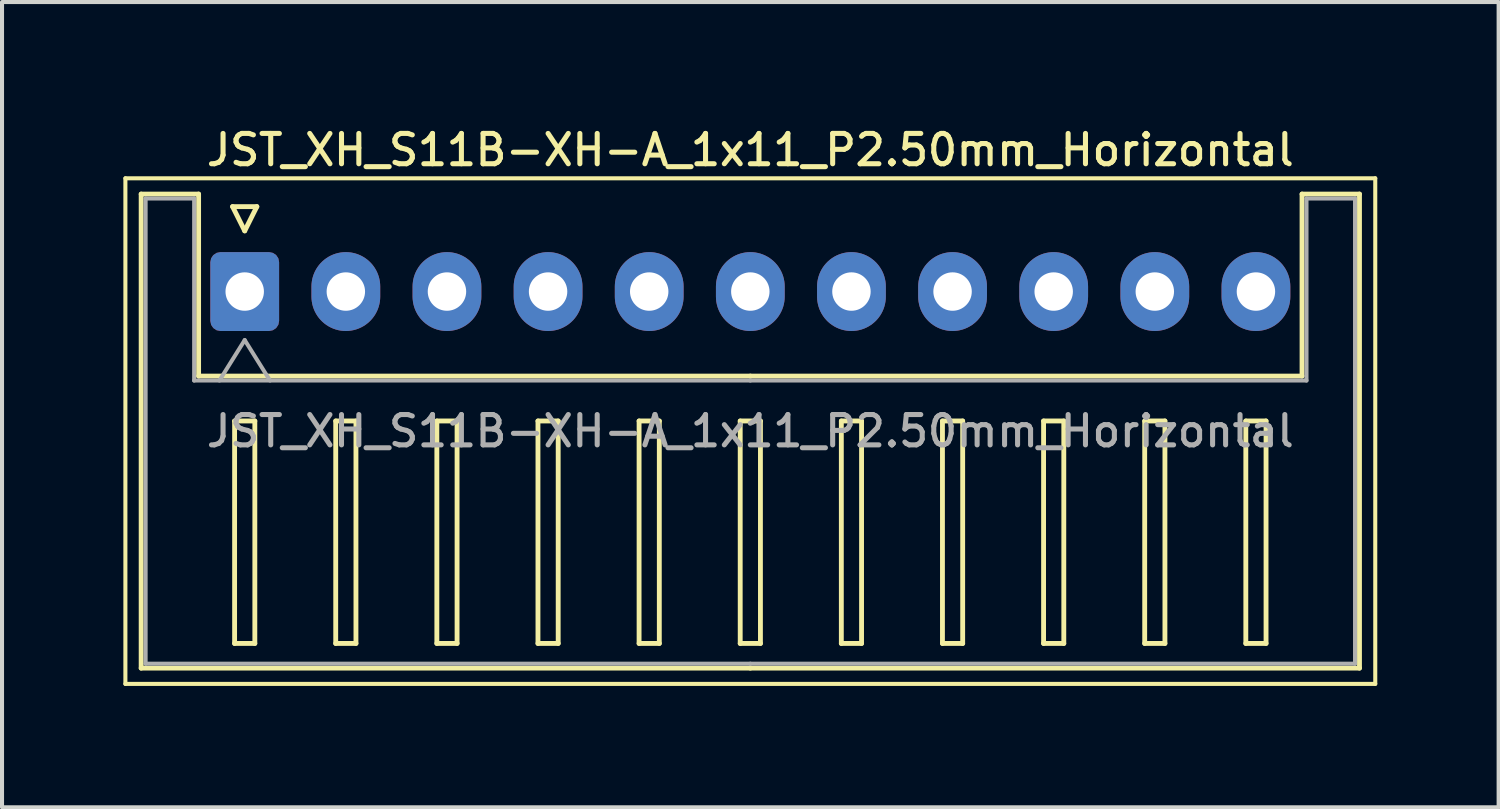
<source format=kicad_pcb>
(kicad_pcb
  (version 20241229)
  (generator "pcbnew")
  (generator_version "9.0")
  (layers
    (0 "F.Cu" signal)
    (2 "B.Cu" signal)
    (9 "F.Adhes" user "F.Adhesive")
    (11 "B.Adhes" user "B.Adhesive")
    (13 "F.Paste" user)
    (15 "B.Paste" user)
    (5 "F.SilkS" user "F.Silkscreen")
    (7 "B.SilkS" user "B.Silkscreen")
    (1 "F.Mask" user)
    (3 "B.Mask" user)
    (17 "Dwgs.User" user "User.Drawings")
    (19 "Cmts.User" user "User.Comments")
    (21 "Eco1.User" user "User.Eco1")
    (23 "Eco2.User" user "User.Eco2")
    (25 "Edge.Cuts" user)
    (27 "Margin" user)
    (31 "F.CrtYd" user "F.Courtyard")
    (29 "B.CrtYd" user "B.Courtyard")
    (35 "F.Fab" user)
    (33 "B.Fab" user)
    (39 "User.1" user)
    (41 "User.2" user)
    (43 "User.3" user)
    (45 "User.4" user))
  (footprint "JST_XH_S11B-XH-A_1x11_P2.50mm_Horizontal"
    (layer "F.Cu")
    (at 3 4.158)
    (property "Reference" "JST_XH_S11B-XH-A_1x11_P2.50mm_Horizontal" (at 12.5 -3.5 0) (layer "F.SilkS") (effects (font (size 0.75 0.75) (thickness 0.125))))
    (attr through_hole)
    (fp_line (start -2.95 -2.8) (end -2.95 9.7) (stroke (width 0.1) (type solid)) (layer "F.SilkS"))
    (fp_line (start -2.95 9.7) (end 27.95 9.7) (stroke (width 0.1) (type solid)) (layer "F.SilkS"))
    (fp_line (start -2.56 -2.41) (end -1.14 -2.41) (stroke (width 0.12) (type solid)) (layer "F.SilkS"))
    (fp_line (start -2.56 9.31) (end -2.56 -2.41) (stroke (width 0.12) (type solid)) (layer "F.SilkS"))
    (fp_line (start -1.14 -2.41) (end -1.14 2.09) (stroke (width 0.12) (type solid)) (layer "F.SilkS"))
    (fp_line (start -1.14 2.09) (end 12.5 2.09) (stroke (width 0.12) (type solid)) (layer "F.SilkS"))
    (fp_line (start -0.3 -2.1) (end 0.3 -2.1) (stroke (width 0.12) (type solid)) (layer "F.SilkS"))
    (fp_line (start -0.25 3.2) (end -0.25 8.7) (stroke (width 0.12) (type solid)) (layer "F.SilkS"))
    (fp_line (start -0.25 8.7) (end 0.25 8.7) (stroke (width 0.12) (type solid)) (layer "F.SilkS"))
    (fp_line (start 0 -1.5) (end -0.3 -2.1) (stroke (width 0.12) (type solid)) (layer "F.SilkS"))
    (fp_line (start 0.25 3.2) (end -0.25 3.2) (stroke (width 0.12) (type solid)) (layer "F.SilkS"))
    (fp_line (start 0.25 8.7) (end 0.25 3.2) (stroke (width 0.12) (type solid)) (layer "F.SilkS"))
    (fp_line (start 0.3 -2.1) (end 0 -1.5) (stroke (width 0.12) (type solid)) (layer "F.SilkS"))
    (fp_line (start 2.25 3.2) (end 2.25 8.7) (stroke (width 0.12) (type solid)) (layer "F.SilkS"))
    (fp_line (start 2.25 8.7) (end 2.75 8.7) (stroke (width 0.12) (type solid)) (layer "F.SilkS"))
    (fp_line (start 2.75 3.2) (end 2.25 3.2) (stroke (width 0.12) (type solid)) (layer "F.SilkS"))
    (fp_line (start 2.75 8.7) (end 2.75 3.2) (stroke (width 0.12) (type solid)) (layer "F.SilkS"))
    (fp_line (start 4.75 3.2) (end 4.75 8.7) (stroke (width 0.12) (type solid)) (layer "F.SilkS"))
    (fp_line (start 4.75 8.7) (end 5.25 8.7) (stroke (width 0.12) (type solid)) (layer "F.SilkS"))
    (fp_line (start 5.25 3.2) (end 4.75 3.2) (stroke (width 0.12) (type solid)) (layer "F.SilkS"))
    (fp_line (start 5.25 8.7) (end 5.25 3.2) (stroke (width 0.12) (type solid)) (layer "F.SilkS"))
    (fp_line (start 7.25 3.2) (end 7.25 8.7) (stroke (width 0.12) (type solid)) (layer "F.SilkS"))
    (fp_line (start 7.25 8.7) (end 7.75 8.7) (stroke (width 0.12) (type solid)) (layer "F.SilkS"))
    (fp_line (start 7.75 3.2) (end 7.25 3.2) (stroke (width 0.12) (type solid)) (layer "F.SilkS"))
    (fp_line (start 7.75 8.7) (end 7.75 3.2) (stroke (width 0.12) (type solid)) (layer "F.SilkS"))
    (fp_line (start 9.75 3.2) (end 9.75 8.7) (stroke (width 0.12) (type solid)) (layer "F.SilkS"))
    (fp_line (start 9.75 8.7) (end 10.25 8.7) (stroke (width 0.12) (type solid)) (layer "F.SilkS"))
    (fp_line (start 10.25 3.2) (end 9.75 3.2) (stroke (width 0.12) (type solid)) (layer "F.SilkS"))
    (fp_line (start 10.25 8.7) (end 10.25 3.2) (stroke (width 0.12) (type solid)) (layer "F.SilkS"))
    (fp_line (start 12.25 3.2) (end 12.25 8.7) (stroke (width 0.12) (type solid)) (layer "F.SilkS"))
    (fp_line (start 12.25 8.7) (end 12.75 8.7) (stroke (width 0.12) (type solid)) (layer "F.SilkS"))
    (fp_line (start 12.5 9.31) (end -2.56 9.31) (stroke (width 0.12) (type solid)) (layer "F.SilkS"))
    (fp_line (start 12.5 9.31) (end 27.56 9.31) (stroke (width 0.12) (type solid)) (layer "F.SilkS"))
    (fp_line (start 12.75 3.2) (end 12.25 3.2) (stroke (width 0.12) (type solid)) (layer "F.SilkS"))
    (fp_line (start 12.75 8.7) (end 12.75 3.2) (stroke (width 0.12) (type solid)) (layer "F.SilkS"))
    (fp_line (start 14.75 3.2) (end 14.75 8.7) (stroke (width 0.12) (type solid)) (layer "F.SilkS"))
    (fp_line (start 14.75 8.7) (end 15.25 8.7) (stroke (width 0.12) (type solid)) (layer "F.SilkS"))
    (fp_line (start 15.25 3.2) (end 14.75 3.2) (stroke (width 0.12) (type solid)) (layer "F.SilkS"))
    (fp_line (start 15.25 8.7) (end 15.25 3.2) (stroke (width 0.12) (type solid)) (layer "F.SilkS"))
    (fp_line (start 17.25 3.2) (end 17.25 8.7) (stroke (width 0.12) (type solid)) (layer "F.SilkS"))
    (fp_line (start 17.25 8.7) (end 17.75 8.7) (stroke (width 0.12) (type solid)) (layer "F.SilkS"))
    (fp_line (start 17.75 3.2) (end 17.25 3.2) (stroke (width 0.12) (type solid)) (layer "F.SilkS"))
    (fp_line (start 17.75 8.7) (end 17.75 3.2) (stroke (width 0.12) (type solid)) (layer "F.SilkS"))
    (fp_line (start 19.75 3.2) (end 19.75 8.7) (stroke (width 0.12) (type solid)) (layer "F.SilkS"))
    (fp_line (start 19.75 8.7) (end 20.25 8.7) (stroke (width 0.12) (type solid)) (layer "F.SilkS"))
    (fp_line (start 20.25 3.2) (end 19.75 3.2) (stroke (width 0.12) (type solid)) (layer "F.SilkS"))
    (fp_line (start 20.25 8.7) (end 20.25 3.2) (stroke (width 0.12) (type solid)) (layer "F.SilkS"))
    (fp_line (start 22.25 3.2) (end 22.25 8.7) (stroke (width 0.12) (type solid)) (layer "F.SilkS"))
    (fp_line (start 22.25 8.7) (end 22.75 8.7) (stroke (width 0.12) (type solid)) (layer "F.SilkS"))
    (fp_line (start 22.75 3.2) (end 22.25 3.2) (stroke (width 0.12) (type solid)) (layer "F.SilkS"))
    (fp_line (start 22.75 8.7) (end 22.75 3.2) (stroke (width 0.12) (type solid)) (layer "F.SilkS"))
    (fp_line (start 24.75 3.2) (end 24.75 8.7) (stroke (width 0.12) (type solid)) (layer "F.SilkS"))
    (fp_line (start 24.75 8.7) (end 25.25 8.7) (stroke (width 0.12) (type solid)) (layer "F.SilkS"))
    (fp_line (start 25.25 3.2) (end 24.75 3.2) (stroke (width 0.12) (type solid)) (layer "F.SilkS"))
    (fp_line (start 25.25 8.7) (end 25.25 3.2) (stroke (width 0.12) (type solid)) (layer "F.SilkS"))
    (fp_line (start 26.14 -2.41) (end 26.14 2.09) (stroke (width 0.12) (type solid)) (layer "F.SilkS"))
    (fp_line (start 26.14 2.09) (end 12.5 2.09) (stroke (width 0.12) (type solid)) (layer "F.SilkS"))
    (fp_line (start 27.56 -2.41) (end 26.14 -2.41) (stroke (width 0.12) (type solid)) (layer "F.SilkS"))
    (fp_line (start 27.56 9.31) (end 27.56 -2.41) (stroke (width 0.12) (type solid)) (layer "F.SilkS"))
    (fp_line (start 27.95 -2.8) (end -2.95 -2.8) (stroke (width 0.1) (type solid)) (layer "F.SilkS"))
    (fp_line (start 27.95 9.7) (end 27.95 -2.8) (stroke (width 0.1) (type solid)) (layer "F.SilkS"))
    (fp_line (start -2.45 -2.3) (end -1.25 -2.3) (stroke (width 0.1) (type solid)) (layer "F.Fab"))
    (fp_line (start -2.45 9.2) (end -2.45 -2.3) (stroke (width 0.1) (type solid)) (layer "F.Fab"))
    (fp_line (start -1.25 -2.3) (end -1.25 2.2) (stroke (width 0.1) (type solid)) (layer "F.Fab"))
    (fp_line (start -1.25 2.2) (end 12.5 2.2) (stroke (width 0.1) (type solid)) (layer "F.Fab"))
    (fp_line (start -0.625 2.2) (end 0 1.2) (stroke (width 0.1) (type solid)) (layer "F.Fab"))
    (fp_line (start 0 1.2) (end 0.625 2.2) (stroke (width 0.1) (type solid)) (layer "F.Fab"))
    (fp_line (start 12.5 9.2) (end -2.45 9.2) (stroke (width 0.1) (type solid)) (layer "F.Fab"))
    (fp_line (start 12.5 9.2) (end 27.45 9.2) (stroke (width 0.1) (type solid)) (layer "F.Fab"))
    (fp_line (start 26.25 -2.3) (end 26.25 2.2) (stroke (width 0.1) (type solid)) (layer "F.Fab"))
    (fp_line (start 26.25 2.2) (end 12.5 2.2) (stroke (width 0.1) (type solid)) (layer "F.Fab"))
    (fp_line (start 27.45 -2.3) (end 26.25 -2.3) (stroke (width 0.1) (type solid)) (layer "F.Fab"))
    (fp_line (start 27.45 9.2) (end 27.45 -2.3) (stroke (width 0.1) (type solid)) (layer "F.Fab"))
    (fp_text user "${REFERENCE}" (at 12.5 3.45 0) (layer "F.Fab") (effects (font (size 0.75 0.75) (thickness 0.125))))
    (pad "1" thru_hole roundrect (at 0 0) (size 1.7 1.95) (drill 0.95) (layers "*.Cu" "*.Mask") (roundrect_rratio 0.147))
    (pad "2" thru_hole oval (at 2.5 0) (size 1.7 1.95) (drill 0.95) (layers "*.Cu" "*.Mask"))
    (pad "3" thru_hole oval (at 5 0) (size 1.7 1.95) (drill 0.95) (layers "*.Cu" "*.Mask"))
    (pad "4" thru_hole oval (at 7.5 0) (size 1.7 1.95) (drill 0.95) (layers "*.Cu" "*.Mask"))
    (pad "5" thru_hole oval (at 10 0) (size 1.7 1.95) (drill 0.95) (layers "*.Cu" "*.Mask"))
    (pad "6" thru_hole oval (at 12.5 0) (size 1.7 1.95) (drill 0.95) (layers "*.Cu" "*.Mask"))
    (pad "7" thru_hole oval (at 15 0) (size 1.7 1.95) (drill 0.95) (layers "*.Cu" "*.Mask"))
    (pad "8" thru_hole oval (at 17.5 0) (size 1.7 1.95) (drill 0.95) (layers "*.Cu" "*.Mask"))
    (pad "9" thru_hole oval (at 20 0) (size 1.7 1.95) (drill 0.95) (layers "*.Cu" "*.Mask"))
    (pad "10" thru_hole oval (at 22.5 0) (size 1.7 1.95) (drill 0.95) (layers "*.Cu" "*.Mask"))
    (pad "11" thru_hole oval (at 25 0) (size 1.7 1.95) (drill 0.95) (layers "*.Cu" "*.Mask")))
  (gr_rect
    (start -3 -3)
    (end 34 16.908)
    (stroke (width 0.1) (type default))
    (fill no)
    (layer "Edge.Cuts")))
</source>
